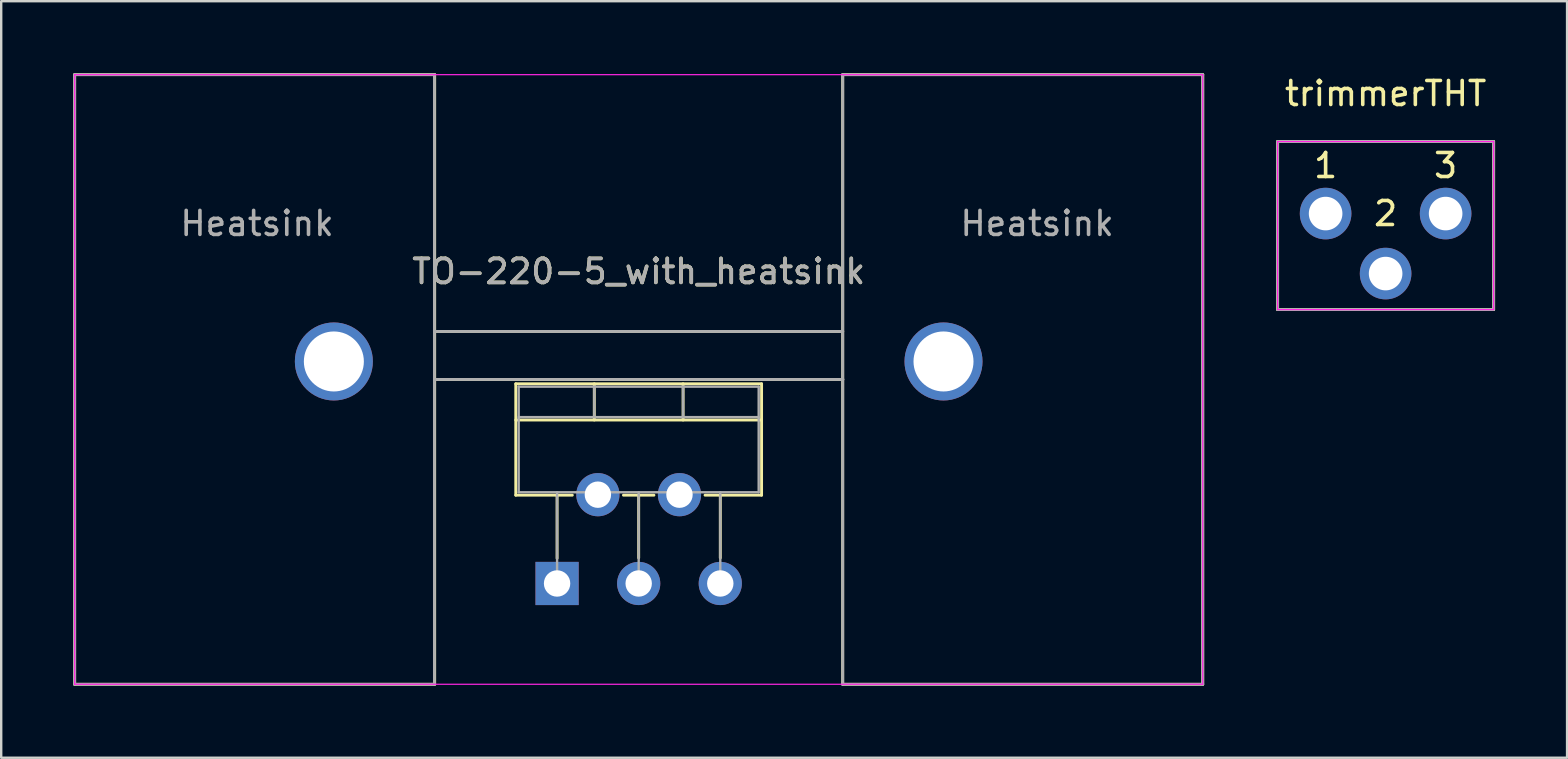
<source format=kicad_pcb>
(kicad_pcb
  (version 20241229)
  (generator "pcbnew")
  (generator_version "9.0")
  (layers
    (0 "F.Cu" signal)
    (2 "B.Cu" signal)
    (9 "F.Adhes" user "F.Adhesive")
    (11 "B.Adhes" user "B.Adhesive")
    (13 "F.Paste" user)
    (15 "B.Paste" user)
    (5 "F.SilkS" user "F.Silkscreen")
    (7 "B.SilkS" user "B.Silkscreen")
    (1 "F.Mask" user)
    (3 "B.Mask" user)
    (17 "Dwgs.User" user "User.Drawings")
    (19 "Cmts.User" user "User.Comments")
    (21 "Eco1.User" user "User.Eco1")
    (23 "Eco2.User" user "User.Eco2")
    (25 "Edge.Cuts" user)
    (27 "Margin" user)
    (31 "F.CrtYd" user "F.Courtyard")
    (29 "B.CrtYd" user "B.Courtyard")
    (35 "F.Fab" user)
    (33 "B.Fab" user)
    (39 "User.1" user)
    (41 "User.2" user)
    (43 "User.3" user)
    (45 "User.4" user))
  (footprint "TO-220-5_with_heatsink"
    (layer "F.Cu")
    (at 20.16 21.26)
    (property "Reference" "TO-220-5_with_heatsink" (at 3.4 -13 0) (layer "F.SilkS") (effects (font (size 1 1) (thickness 0.15))))
    (attr through_hole)
    (fp_line (start -20.1 -21.2) (end -20.1 4.2) (stroke (width 0.12) (type solid)) (layer "F.SilkS"))
    (fp_line (start -20.1 4.2) (end -5.1 4.2) (stroke (width 0.12) (type solid)) (layer "F.SilkS"))
    (fp_line (start -5.1 -21.2) (end -20.1 -21.2) (stroke (width 0.12) (type solid)) (layer "F.SilkS"))
    (fp_line (start -5.1 4.2) (end -5.1 -21.2) (stroke (width 0.12) (type solid)) (layer "F.SilkS"))
    (fp_line (start -1.721 -8.32) (end -1.721 -3.679) (stroke (width 0.12) (type solid)) (layer "F.SilkS"))
    (fp_line (start -1.721 -8.32) (end 8.52 -8.32) (stroke (width 0.12) (type solid)) (layer "F.SilkS"))
    (fp_line (start -1.721 -6.811) (end 8.52 -6.811) (stroke (width 0.12) (type solid)) (layer "F.SilkS"))
    (fp_line (start -1.721 -3.679) (end 0.635 -3.679) (stroke (width 0.12) (type solid)) (layer "F.SilkS"))
    (fp_line (start 0 -3.679) (end 0 -1.049) (stroke (width 0.12) (type solid)) (layer "F.SilkS"))
    (fp_line (start 1.55 -8.32) (end 1.55 -6.811) (stroke (width 0.12) (type solid)) (layer "F.SilkS"))
    (fp_line (start 2.765 -3.679) (end 4.035 -3.679) (stroke (width 0.12) (type solid)) (layer "F.SilkS"))
    (fp_line (start 3.4 -3.679) (end 3.4 -1.065) (stroke (width 0.12) (type solid)) (layer "F.SilkS"))
    (fp_line (start 5.25 -8.32) (end 5.25 -6.811) (stroke (width 0.12) (type solid)) (layer "F.SilkS"))
    (fp_line (start 6.165 -3.679) (end 8.52 -3.679) (stroke (width 0.12) (type solid)) (layer "F.SilkS"))
    (fp_line (start 6.8 -3.679) (end 6.8 -1.065) (stroke (width 0.12) (type solid)) (layer "F.SilkS"))
    (fp_line (start 8.52 -8.32) (end 8.52 -3.679) (stroke (width 0.12) (type solid)) (layer "F.SilkS"))
    (fp_line (start 11.9 -21.2) (end 26.9 -21.2) (stroke (width 0.12) (type solid)) (layer "F.SilkS"))
    (fp_line (start 11.9 -10.5) (end -5.1 -10.5) (stroke (width 0.12) (type solid)) (layer "F.SilkS"))
    (fp_line (start 11.9 -8.5) (end -5.1 -8.5) (stroke (width 0.12) (type solid)) (layer "F.SilkS"))
    (fp_line (start 11.9 4.2) (end 11.9 -21.2) (stroke (width 0.12) (type solid)) (layer "F.SilkS"))
    (fp_line (start 26.9 -21.2) (end 26.9 4.2) (stroke (width 0.12) (type solid)) (layer "F.SilkS"))
    (fp_line (start 26.9 4.2) (end 11.9 4.2) (stroke (width 0.12) (type solid)) (layer "F.SilkS"))
    (fp_line (start -20.1 -21.2) (end -20.1 4.2) (stroke (width 0.05) (type solid)) (layer "F.CrtYd"))
    (fp_line (start -20.1 4.2) (end 26.9 4.2) (stroke (width 0.05) (type solid)) (layer "F.CrtYd"))
    (fp_line (start 26.9 -21.2) (end -20.1 -21.2) (stroke (width 0.05) (type solid)) (layer "F.CrtYd"))
    (fp_line (start 26.9 4.2) (end 26.9 -21.2) (stroke (width 0.05) (type solid)) (layer "F.CrtYd"))
    (fp_line (start -20.1 -21.2) (end -20.1 4.2) (stroke (width 0.12) (type solid)) (layer "F.Fab"))
    (fp_line (start -5.11 -21.2) (end -20.1 -21.2) (stroke (width 0.12) (type solid)) (layer "F.Fab"))
    (fp_line (start -5.11 -8.5) (end 11.91 -8.5) (stroke (width 0.12) (type solid)) (layer "F.Fab"))
    (fp_line (start -5.11 4.2) (end -5.11 -21.2) (stroke (width 0.12) (type solid)) (layer "F.Fab"))
    (fp_line (start -5.1 -10.5) (end 11.9 -10.5) (stroke (width 0.12) (type solid)) (layer "F.Fab"))
    (fp_line (start -5.1 4.2) (end -20.1 4.2) (stroke (width 0.12) (type solid)) (layer "F.Fab"))
    (fp_line (start -1.6 -8.2) (end -1.6 -3.8) (stroke (width 0.1) (type solid)) (layer "F.Fab"))
    (fp_line (start -1.6 -6.93) (end 8.4 -6.93) (stroke (width 0.1) (type solid)) (layer "F.Fab"))
    (fp_line (start -1.6 -3.8) (end 8.4 -3.8) (stroke (width 0.1) (type solid)) (layer "F.Fab"))
    (fp_line (start 0 -3.8) (end 0 0) (stroke (width 0.1) (type solid)) (layer "F.Fab"))
    (fp_line (start 1.55 -8.2) (end 1.55 -6.93) (stroke (width 0.1) (type solid)) (layer "F.Fab"))
    (fp_line (start 1.7 -3.8) (end 1.7 -3.7) (stroke (width 0.1) (type solid)) (layer "F.Fab"))
    (fp_line (start 3.4 -3.8) (end 3.4 0) (stroke (width 0.1) (type solid)) (layer "F.Fab"))
    (fp_line (start 5.1 -3.8) (end 5.1 -3.7) (stroke (width 0.1) (type solid)) (layer "F.Fab"))
    (fp_line (start 5.25 -8.2) (end 5.25 -6.93) (stroke (width 0.1) (type solid)) (layer "F.Fab"))
    (fp_line (start 6.8 -3.8) (end 6.8 0) (stroke (width 0.1) (type solid)) (layer "F.Fab"))
    (fp_line (start 8.4 -8.2) (end -1.6 -8.2) (stroke (width 0.1) (type solid)) (layer "F.Fab"))
    (fp_line (start 8.4 -3.8) (end 8.4 -8.2) (stroke (width 0.1) (type solid)) (layer "F.Fab"))
    (fp_line (start 11.9 -21.2) (end 26.9 -21.2) (stroke (width 0.12) (type solid)) (layer "F.Fab"))
    (fp_line (start 11.9 4.2) (end 11.9 -21.2) (stroke (width 0.12) (type solid)) (layer "F.Fab"))
    (fp_line (start 11.9 4.2) (end 26.9 4.2) (stroke (width 0.12) (type solid)) (layer "F.Fab"))
    (fp_line (start 26.9 -21.2) (end 26.9 4.2) (stroke (width 0.12) (type solid)) (layer "F.Fab"))
    (fp_text user "Heatsink" (at 20 -15 0) (layer "F.Fab") (effects (font (size 1 1) (thickness 0.15))))
    (fp_text user "Heatsink" (at -12.5 -15 0) (layer "F.Fab") (effects (font (size 1 1) (thickness 0.15))))
    (fp_text user "${REFERENCE}" (at 3.4 -13 0) (layer "F.Fab") (effects (font (size 1 1) (thickness 0.15))))
    (pad "" np_thru_hole circle (at -9.3 -9.25) (size 3.25 3.25) (drill 2.5) (layers "*.Cu" "*.Mask"))
    (pad "" np_thru_hole circle (at 16.1 -9.25) (size 3.25 3.25) (drill 2.5) (layers "*.Cu" "*.Mask"))
    (pad "1" thru_hole rect (at 0 0) (size 1.8 1.8) (drill 1.1) (layers "*.Cu" "*.Mask"))
    (pad "2" thru_hole oval (at 1.7 -3.7) (size 1.8 1.8) (drill 1.1) (layers "*.Cu" "*.Mask"))
    (pad "3" thru_hole oval (at 3.4 0) (size 1.8 1.8) (drill 1.1) (layers "*.Cu" "*.Mask"))
    (pad "4" thru_hole oval (at 5.1 -3.7) (size 1.8 1.8) (drill 1.1) (layers "*.Cu" "*.Mask"))
    (pad "5" thru_hole oval (at 6.8 0) (size 1.8 1.8) (drill 1.1) (layers "*.Cu" "*.Mask")))
  (footprint "trimmerTHT"
    (layer "F.Cu")
    (at 52.18 5.848)
    (property "Reference" "trimmerTHT" (at 2.5 -5 0) (layer "F.SilkS") (effects (font (size 1 1) (thickness 0.15))))
    (attr through_hole)
    (fp_line (start -2 -3) (end -2 4) (stroke (width 0.12) (type solid)) (layer "F.SilkS"))
    (fp_line (start -2 4) (end 7 4) (stroke (width 0.12) (type solid)) (layer "F.SilkS"))
    (fp_line (start 7 -3) (end -2 -3) (stroke (width 0.12) (type solid)) (layer "F.SilkS"))
    (fp_line (start 7 4) (end 7 -3) (stroke (width 0.12) (type solid)) (layer "F.SilkS"))
    (fp_line (start -2 -3) (end 7 -3) (stroke (width 0.05) (type solid)) (layer "F.CrtYd"))
    (fp_line (start -2 4) (end -2 -3) (stroke (width 0.05) (type solid)) (layer "F.CrtYd"))
    (fp_line (start 7 -3) (end 7 4) (stroke (width 0.05) (type solid)) (layer "F.CrtYd"))
    (fp_line (start 7 4) (end -2 4) (stroke (width 0.05) (type solid)) (layer "F.CrtYd"))
    (fp_line (start -2 -3) (end -2 4) (stroke (width 0.12) (type solid)) (layer "F.Fab"))
    (fp_line (start -2 4) (end 7 4) (stroke (width 0.12) (type solid)) (layer "F.Fab"))
    (fp_line (start 7 -3) (end -2 -3) (stroke (width 0.12) (type solid)) (layer "F.Fab"))
    (fp_line (start 7 4) (end 7 -3) (stroke (width 0.12) (type solid)) (layer "F.Fab"))
    (fp_text user "3" (at 5 -2 0) (layer "F.SilkS") (effects (font (size 1 1) (thickness 0.15))))
    (fp_text user "1" (at 0 -2 0) (layer "F.SilkS") (effects (font (size 1 1) (thickness 0.15))))
    (fp_text user "2" (at 2.5 0 0) (layer "F.SilkS") (effects (font (size 1 1) (thickness 0.15))))
    (pad "1" thru_hole circle (at 0 0) (size 2.15 2.15) (drill 1.4) (layers "*.Cu" "*.Mask"))
    (pad "2" thru_hole circle (at 2.5 2.5) (size 2.15 2.15) (drill 1.4) (layers "*.Cu" "*.Mask"))
    (pad "3" thru_hole circle (at 5 0) (size 2.15 2.15) (drill 1.4) (layers "*.Cu" "*.Mask")))
  (gr_rect
    (start -3 -3)
    (end 62.24 28.52)
    (stroke (width 0.1) (type default))
    (fill no)
    (layer "Edge.Cuts")))
</source>
